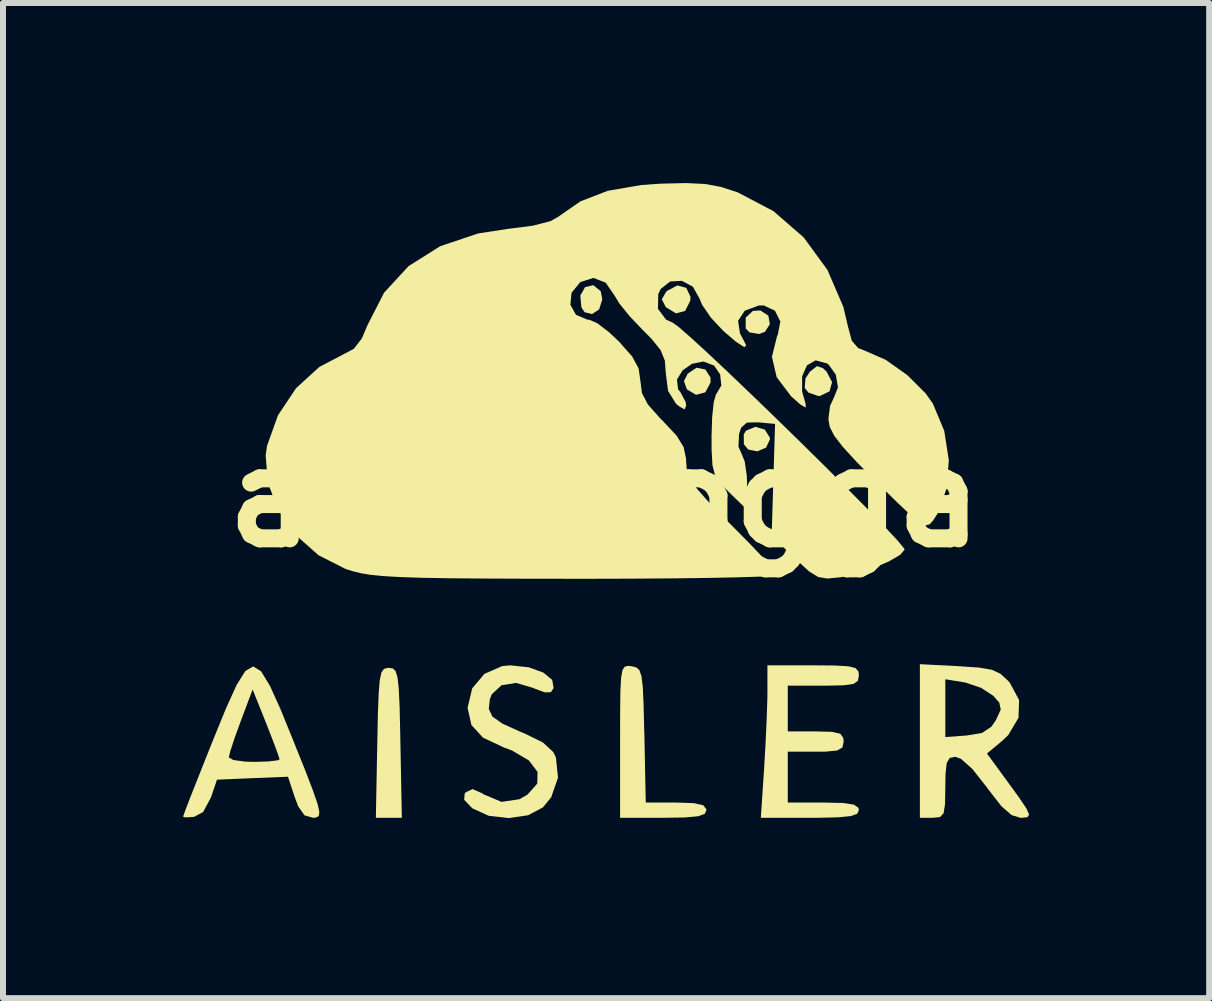
<source format=kicad_pcb>
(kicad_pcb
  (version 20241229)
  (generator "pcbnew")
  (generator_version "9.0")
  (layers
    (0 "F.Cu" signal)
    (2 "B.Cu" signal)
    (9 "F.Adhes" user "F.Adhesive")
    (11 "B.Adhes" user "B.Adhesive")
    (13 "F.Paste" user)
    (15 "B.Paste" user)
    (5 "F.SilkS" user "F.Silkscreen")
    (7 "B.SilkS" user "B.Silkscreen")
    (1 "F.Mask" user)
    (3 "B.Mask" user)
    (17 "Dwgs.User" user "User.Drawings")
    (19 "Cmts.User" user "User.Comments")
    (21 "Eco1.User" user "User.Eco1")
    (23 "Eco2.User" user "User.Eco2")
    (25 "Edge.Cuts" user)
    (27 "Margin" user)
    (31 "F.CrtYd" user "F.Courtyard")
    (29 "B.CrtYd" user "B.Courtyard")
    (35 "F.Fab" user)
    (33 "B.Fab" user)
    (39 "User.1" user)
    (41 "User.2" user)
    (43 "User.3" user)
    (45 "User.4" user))
  (footprint "aislerlogga"
    (layer "F.Cu")
    (at 7.027 5.241)
    (property "Reference" "aislerlogga" (at 0 0 0) (layer "F.SilkS") (effects (font (size 1.5 1.5) (thickness 0.3))))
    (attr board_only exclude_from_pos_files exclude_from_bom)
    (fp_poly (pts (xy -0.068 -3.439) (xy -0.042 -3.302) (xy -0.095 -3.136) (xy -0.213 -3.058) (xy -0.337 -3.089) (xy -0.39 -3.169) (xy -0.409 -3.366) (xy -0.329 -3.507) (xy -0.191 -3.54)) (stroke (width 0) (type solid)) (fill yes) (layer "F.SilkS"))
    (fp_poly (pts (xy 1.675 -2.135) (xy 1.76 -2.002) (xy 1.761 -1.916) (xy 1.674 -1.754) (xy 1.52 -1.713) (xy 1.369 -1.802) (xy 1.318 -1.94) (xy 1.38 -2.065) (xy 1.527 -2.164)) (stroke (width 0) (type solid)) (fill yes) (layer "F.SilkS"))
    (fp_poly (pts (xy 2.725 -3.031) (xy 2.749 -2.889) (xy 2.668 -2.763) (xy 2.572 -2.726) (xy 2.41 -2.753) (xy 2.347 -2.818) (xy 2.347 -2.999) (xy 2.467 -3.111) (xy 2.592 -3.119)) (stroke (width 0) (type solid)) (fill yes) (layer "F.SilkS"))
    (fp_poly (pts (xy 2.666 -1.133) (xy 2.75 -0.998) (xy 2.752 -0.973) (xy 2.686 -0.833) (xy 2.54 -0.771) (xy 2.388 -0.802) (xy 2.317 -0.889) (xy 2.314 -1.052) (xy 2.35 -1.114) (xy 2.507 -1.18)) (stroke (width 0) (type solid)) (fill yes) (layer "F.SilkS"))
    (fp_poly (pts (xy 1.357 -3.495) (xy 1.427 -3.346) (xy 1.424 -3.282) (xy 1.338 -3.111) (xy 1.184 -3.07) (xy 1.019 -3.172) (xy 1.015 -3.176) (xy 0.949 -3.303) (xy 1.018 -3.424) (xy 1.038 -3.445) (xy 1.209 -3.536)) (stroke (width 0) (type solid)) (fill yes) (layer "F.SilkS"))
    (fp_poly (pts (xy 3.635 -2.156) (xy 3.695 -2.099) (xy 3.786 -1.925) (xy 3.744 -1.771) (xy 3.586 -1.695) (xy 3.556 -1.693) (xy 3.391 -1.751) (xy 3.33 -1.827) (xy 3.343 -1.986) (xy 3.417 -2.099) (xy 3.536 -2.192)) (stroke (width 0) (type solid)) (fill yes) (layer "F.SilkS"))
    (fp_poly (pts (xy -3.533 2.845) (xy -3.486 2.89) (xy -3.454 2.994) (xy -3.433 3.184) (xy -3.419 3.485) (xy -3.409 3.923) (xy -3.406 4.085) (xy -3.382 5.334) (xy -3.598 5.334) (xy -3.815 5.334) (xy -3.791 4.085) (xy -3.781 3.602) (xy -3.768 3.262) (xy -3.75 3.041) (xy -3.722 2.913) (xy -3.68 2.854) (xy -3.62 2.837) (xy -3.598 2.836)) (stroke (width 0) (type solid)) (fill yes) (layer "F.SilkS"))
    (fp_poly (pts (xy 0.445 2.809) (xy 0.522 2.827) (xy 0.575 2.873) (xy 0.611 2.976) (xy 0.633 3.161) (xy 0.646 3.458) (xy 0.657 3.892) (xy 0.659 3.958) (xy 0.682 5.08) (xy 1.188 5.08) (xy 1.482 5.09) (xy 1.64 5.125) (xy 1.692 5.193) (xy 1.693 5.207) (xy 1.663 5.27) (xy 1.551 5.309) (xy 1.328 5.329) (xy 0.974 5.334) (xy 0.254 5.334) (xy 0.254 4.058) (xy 0.255 3.569) (xy 0.259 3.225) (xy 0.271 3.001) (xy 0.294 2.873) (xy 0.333 2.815) (xy 0.39 2.803)) (stroke (width 0) (type solid)) (fill yes) (layer "F.SilkS"))
    (fp_poly (pts (xy 3.833 2.797) (xy 4.058 2.81) (xy 4.178 2.841) (xy 4.226 2.897) (xy 4.233 2.963) (xy 4.217 3.052) (xy 4.145 3.103) (xy 3.981 3.127) (xy 3.688 3.133) (xy 3.641 3.133) (xy 3.048 3.133) (xy 3.048 3.514) (xy 3.048 3.895) (xy 3.514 3.895) (xy 3.783 3.902) (xy 3.923 3.934) (xy 3.974 4.005) (xy 3.979 4.064) (xy 3.959 4.162) (xy 3.872 4.213) (xy 3.677 4.232) (xy 3.514 4.233) (xy 3.048 4.233) (xy 3.048 4.657) (xy 3.048 5.08) (xy 3.641 5.08) (xy 3.963 5.087) (xy 4.147 5.114) (xy 4.225 5.167) (xy 4.233 5.207) (xy 4.205 5.267) (xy 4.1 5.305) (xy 3.892 5.326) (xy 3.551 5.334) (xy 3.416 5.334) (xy 2.599 5.334) (xy 2.654 4.508) (xy 2.678 4.09) (xy 2.697 3.678) (xy 2.708 3.34) (xy 2.709 3.239) (xy 2.709 2.794) (xy 3.471 2.794)) (stroke (width 0) (type solid)) (fill yes) (layer "F.SilkS"))
    (fp_poly (pts (xy -5.727 2.894) (xy -5.58 3.134) (xy -5.401 3.53) (xy -5.186 4.06) (xy -4.996 4.533) (xy -4.866 4.872) (xy -4.787 5.099) (xy -4.756 5.236) (xy -4.766 5.306) (xy -4.812 5.331) (xy -4.863 5.334) (xy -5.004 5.293) (xy -5.109 5.143) (xy -5.166 4.992) (xy -5.279 4.65) (xy -5.871 4.674) (xy -6.462 4.699) (xy -6.562 4.995) (xy -6.693 5.238) (xy -6.844 5.319) (xy -6.988 5.328) (xy -7.027 5.315) (xy -6.997 5.23) (xy -6.915 5.015) (xy -6.79 4.699) (xy -6.643 4.328) (xy -6.265 4.328) (xy -6.189 4.371) (xy -5.994 4.398) (xy -5.842 4.403) (xy -5.6 4.395) (xy -5.447 4.376) (xy -5.419 4.361) (xy -5.448 4.268) (xy -5.525 4.061) (xy -5.633 3.783) (xy -5.643 3.758) (xy -5.868 3.197) (xy -6.067 3.726) (xy -6.168 4.005) (xy -6.24 4.223) (xy -6.265 4.328) (xy -6.643 4.328) (xy -6.635 4.308) (xy -6.536 4.06) (xy -6.312 3.512) (xy -6.135 3.121) (xy -5.989 2.888) (xy -5.858 2.812)) (stroke (width 0) (type solid)) (fill yes) (layer "F.SilkS"))
    (fp_poly (pts (xy -1.266 2.827) (xy -1.024 2.915) (xy -0.877 3.036) (xy -0.853 3.172) (xy -0.9 3.242) (xy -1.003 3.244) (xy -1.182 3.177) (xy -1.195 3.17) (xy -1.478 3.087) (xy -1.722 3.126) (xy -1.885 3.278) (xy -1.916 3.36) (xy -1.933 3.522) (xy -1.872 3.649) (xy -1.705 3.766) (xy -1.407 3.901) (xy -1.34 3.928) (xy -1.032 4.079) (xy -0.86 4.238) (xy -0.815 4.327) (xy -0.78 4.667) (xy -0.894 4.993) (xy -1.033 5.162) (xy -1.279 5.292) (xy -1.603 5.339) (xy -1.934 5.301) (xy -2.202 5.179) (xy -2.213 5.171) (xy -2.343 5.035) (xy -2.336 4.932) (xy -2.314 4.907) (xy -2.203 4.856) (xy -2.046 4.925) (xy -2.02 4.943) (xy -1.721 5.069) (xy -1.424 5.025) (xy -1.289 4.948) (xy -1.126 4.765) (xy -1.121 4.569) (xy -1.265 4.379) (xy -1.549 4.212) (xy -1.688 4.16) (xy -2.03 3.999) (xy -2.223 3.788) (xy -2.286 3.506) (xy -2.286 3.497) (xy -2.21 3.178) (xy -2.006 2.936) (xy -1.709 2.806) (xy -1.574 2.794)) (stroke (width 0) (type solid)) (fill yes) (layer "F.SilkS"))
    (fp_poly (pts (xy 5.893 2.808) (xy 6.231 2.831) (xy 6.448 2.868) (xy 6.593 2.935) (xy 6.716 3.049) (xy 6.748 3.085) (xy 6.902 3.372) (xy 6.892 3.669) (xy 6.722 3.955) (xy 6.614 4.058) (xy 6.367 4.263) (xy 6.681 4.693) (xy 6.898 4.991) (xy 7.024 5.179) (xy 7.069 5.281) (xy 7.042 5.324) (xy 6.954 5.334) (xy 6.922 5.334) (xy 6.776 5.289) (xy 6.607 5.141) (xy 6.392 4.865) (xy 6.364 4.826) (xy 6.123 4.52) (xy 5.931 4.35) (xy 5.839 4.318) (xy 5.746 4.337) (xy 5.696 4.421) (xy 5.676 4.608) (xy 5.673 4.826) (xy 5.668 5.108) (xy 5.644 5.26) (xy 5.583 5.322) (xy 5.468 5.334) (xy 5.461 5.334) (xy 5.249 5.334) (xy 5.249 4.055) (xy 5.249 3.507) (xy 5.673 3.507) (xy 5.673 3.989) (xy 6.03 3.963) (xy 6.286 3.92) (xy 6.441 3.816) (xy 6.516 3.706) (xy 6.596 3.533) (xy 6.572 3.415) (xy 6.471 3.301) (xy 6.268 3.169) (xy 6.008 3.081) (xy 5.985 3.077) (xy 5.673 3.026) (xy 5.673 3.507) (xy 5.249 3.507) (xy 5.249 2.775)) (stroke (width 0) (type solid)) (fill yes) (layer "F.SilkS"))
    (fp_poly (pts (xy 1.667 -5.226) (xy 1.93 -5.178) (xy 2.202 -5.09) (xy 2.222 -5.082) (xy 2.81 -4.773) (xy 3.314 -4.335) (xy 3.709 -3.794) (xy 3.974 -3.179) (xy 4.05 -2.855) (xy 4.114 -2.615) (xy 4.221 -2.492) (xy 4.325 -2.451) (xy 4.678 -2.297) (xy 5.04 -2.041) (xy 5.346 -1.736) (xy 5.466 -1.566) (xy 5.655 -1.113) (xy 5.731 -0.624) (xy 5.693 -0.148) (xy 5.543 0.267) (xy 5.467 0.384) (xy 5.411 0.445) (xy 5.346 0.46) (xy 5.25 0.416) (xy 5.102 0.297) (xy 4.879 0.087) (xy 4.561 -0.226) (xy 4.534 -0.252) (xy 4.196 -0.594) (xy 3.964 -0.847) (xy 3.821 -1.033) (xy 3.747 -1.179) (xy 3.725 -1.307) (xy 3.725 -1.315) (xy 3.753 -1.53) (xy 3.817 -1.667) (xy 3.884 -1.837) (xy 3.849 -2.048) (xy 3.727 -2.218) (xy 3.704 -2.235) (xy 3.513 -2.287) (xy 3.368 -2.205) (xy 3.287 -2.021) (xy 3.287 -1.767) (xy 3.344 -1.566) (xy 3.348 -1.499) (xy 3.255 -1.554) (xy 3.103 -1.689) (xy 2.863 -2.007) (xy 2.784 -2.346) (xy 2.869 -2.69) (xy 2.882 -2.715) (xy 2.924 -2.935) (xy 2.835 -3.114) (xy 2.649 -3.202) (xy 2.564 -3.201) (xy 2.331 -3.114) (xy 2.22 -2.946) (xy 2.252 -2.735) (xy 2.271 -2.701) (xy 2.354 -2.541) (xy 2.325 -2.506) (xy 2.186 -2.596) (xy 1.976 -2.776) (xy 1.769 -2.996) (xy 1.62 -3.214) (xy 1.577 -3.318) (xy 1.466 -3.515) (xy 1.284 -3.612) (xy 1.088 -3.601) (xy 0.931 -3.477) (xy 0.89 -3.391) (xy 0.885 -3.146) (xy 1.02 -2.966) (xy 1.13 -2.916) (xy 1.225 -2.848) (xy 1.42 -2.678) (xy 1.696 -2.426) (xy 2.036 -2.107) (xy 2.421 -1.739) (xy 2.833 -1.341) (xy 3.255 -0.929) (xy 3.669 -0.521) (xy 4.056 -0.134) (xy 4.4 0.213) (xy 4.681 0.504) (xy 4.882 0.72) (xy 4.985 0.845) (xy 4.995 0.865) (xy 4.921 0.953) (xy 4.73 1.064) (xy 4.469 1.176) (xy 4.185 1.271) (xy 3.932 1.326) (xy 3.712 1.348) (xy 3.555 1.323) (xy 3.402 1.228) (xy 3.195 1.039) (xy 3.162 1.007) (xy 2.779 0.635) (xy 2.808 -0.296) (xy 2.836 -1.228) (xy 2.564 -1.254) (xy 2.368 -1.251) (xy 2.272 -1.167) (xy 2.236 -1.057) (xy 2.226 -0.85) (xy 2.275 -0.739) (xy 2.331 -0.603) (xy 2.365 -0.366) (xy 2.371 -0.22) (xy 2.371 0.203) (xy 2.074 -0.085) (xy 1.925 -0.238) (xy 1.836 -0.373) (xy 1.793 -0.54) (xy 1.779 -0.791) (xy 1.778 -1.028) (xy 1.788 -1.345) (xy 1.815 -1.593) (xy 1.854 -1.727) (xy 1.863 -1.736) (xy 1.941 -1.868) (xy 1.921 -2.053) (xy 1.821 -2.2) (xy 1.643 -2.268) (xy 1.453 -2.23) (xy 1.293 -2.118) (xy 1.202 -1.966) (xy 1.221 -1.805) (xy 1.262 -1.753) (xy 1.347 -1.593) (xy 1.355 -1.536) (xy 1.33 -1.469) (xy 1.236 -1.522) (xy 1.185 -1.566) (xy 1.053 -1.779) (xy 1.016 -2.07) (xy 1 -2.283) (xy 0.93 -2.457) (xy 0.778 -2.646) (xy 0.627 -2.798) (xy 0.41 -3.026) (xy 0.24 -3.237) (xy 0.166 -3.36) (xy 0.015 -3.581) (xy -0.19 -3.661) (xy -0.41 -3.59) (xy -0.555 -3.412) (xy -0.574 -3.213) (xy -0.481 -3.046) (xy -0.289 -2.965) (xy -0.255 -2.963) (xy -0.126 -2.906) (xy 0.068 -2.758) (xy 0.236 -2.6) (xy 0.454 -2.354) (xy 0.563 -2.153) (xy 0.593 -1.942) (xy 0.593 -1.941) (xy 0.619 -1.741) (xy 0.716 -1.554) (xy 0.915 -1.329) (xy 0.974 -1.27) (xy 1.197 -1.031) (xy 1.313 -0.842) (xy 1.353 -0.65) (xy 1.355 -0.594) (xy 1.367 -0.455) (xy 1.417 -0.319) (xy 1.526 -0.159) (xy 1.711 0.052) (xy 1.994 0.343) (xy 2.117 0.466) (xy 2.405 0.757) (xy 2.643 1.007) (xy 2.808 1.192) (xy 2.878 1.285) (xy 2.879 1.289) (xy 2.797 1.304) (xy 2.564 1.317) (xy 2.198 1.328) (xy 1.716 1.338) (xy 1.137 1.345) (xy 0.478 1.35) (xy -0.242 1.352) (xy -0.487 1.352) (xy -1.341 1.351) (xy -2.043 1.348) (xy -2.611 1.343) (xy -3.064 1.335) (xy -3.418 1.323) (xy -3.692 1.307) (xy -3.903 1.286) (xy -4.068 1.259) (xy -4.207 1.224) (xy -4.318 1.189) (xy -4.771 0.959) (xy -5.152 0.621) (xy -5.44 0.209) (xy -5.613 -0.244) (xy -5.651 -0.703) (xy -5.628 -0.864) (xy -5.445 -1.373) (xy -5.144 -1.824) (xy -4.756 -2.178) (xy -4.382 -2.374) (xy -4.183 -2.479) (xy -4.048 -2.652) (xy -3.956 -2.871) (xy -3.677 -3.416) (xy -3.269 -3.858) (xy -2.743 -4.189) (xy -2.11 -4.402) (xy -1.619 -4.477) (xy -1.198 -4.531) (xy -0.905 -4.607) (xy -0.789 -4.671) (xy -0.407 -4.936) (xy 0.048 -5.112) (xy 0.61 -5.209) (xy 0.931 -5.231) (xy 1.354 -5.241)) (stroke (width 0) (type solid)) (fill yes) (layer "F.SilkS")))
  (gr_rect
    (start -3 -3)
    (end 17.096 13.58)
    (stroke (width 0.1) (type default))
    (fill no)
    (layer "Edge.Cuts")))
</source>
